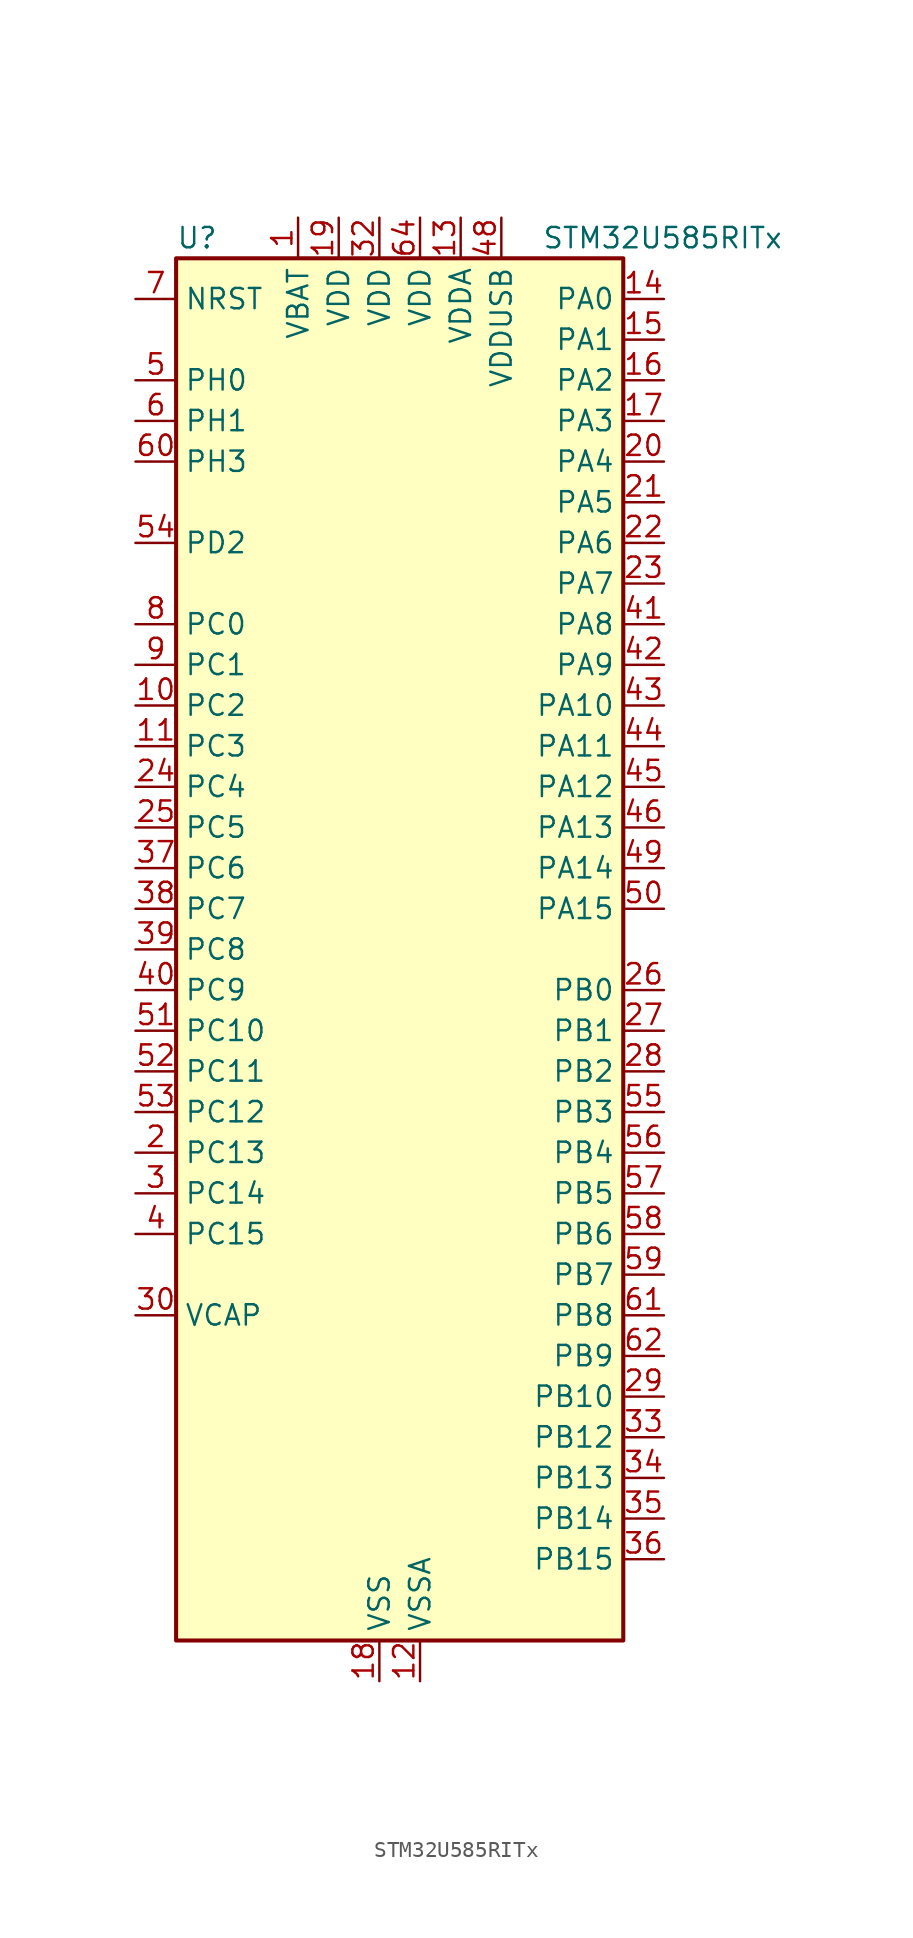
<source format=kicad_sym>
(kicad_symbol_lib
  (version 20220914)
  (generator kicad_symbol_editor)
  (symbol "STM32U585RITx"
    (property "Reference" "U"
      (at -12.7 44.45 0)
      (effects (font (size 1.27 1.27)) (justify left)))
    (property "Value" "STM32U585RITx"
      (at 10.16 44.45 0)
      (effects (font (size 1.27 1.27)) (justify left)))
    (property "ki_locked" ""
      (at 0 0 0)
      (effects (font (size 1.27 1.27))))
    (symbol "STM32U585RITx_0_1"
      (rectangle (start -12.7 -43.18) (end 15.24 43.18) (stroke (width 0.254) (type default)) (fill (type background))))
    (symbol "STM32U585RITx_1_1"
      (pin power_in line (at -5.08 45.72 270) (length 2.54) (name "VBAT" (effects (font (size 1.27 1.27)))) (number "1" (effects (font (size 1.27 1.27)))))
      (pin bidirectional line (at -15.24 15.24 0) (length 2.54) (name "PC2" (effects (font (size 1.27 1.27)))) (number "10" (effects (font (size 1.27 1.27)))) (alternate "ADC1_IN3" bidirectional line) (alternate "ADC4_IN3" bidirectional line) (alternate "LPTIM1_IN2" bidirectional line) (alternate "MDF1_CCK1" bidirectional line) (alternate "OCTOSPIM_P1_IO5" bidirectional line) (alternate "SPI2_MISO" bidirectional line))
      (pin bidirectional line (at -15.24 12.7 0) (length 2.54) (name "PC3" (effects (font (size 1.27 1.27)))) (number "11" (effects (font (size 1.27 1.27)))) (alternate "ADC1_IN4" bidirectional line) (alternate "ADC4_IN4" bidirectional line) (alternate "LPTIM1_ETR" bidirectional line) (alternate "LPTIM2_ETR" bidirectional line) (alternate "LPTIM3_CH1" bidirectional line) (alternate "OCTOSPIM_P1_IO6" bidirectional line) (alternate "SAI1_D1" bidirectional line) (alternate "SAI1_SD_A" bidirectional line) (alternate "SPI2_MOSI" bidirectional line))
      (pin power_in line (at 2.54 -45.72 90) (length 2.54) (name "VSSA" (effects (font (size 1.27 1.27)))) (number "12" (effects (font (size 1.27 1.27)))))
      (pin power_in line (at 5.08 45.72 270) (length 2.54) (name "VDDA" (effects (font (size 1.27 1.27)))) (number "13" (effects (font (size 1.27 1.27)))))
      (pin bidirectional line (at 17.78 40.64 180) (length 2.54) (name "PA0" (effects (font (size 1.27 1.27)))) (number "14" (effects (font (size 1.27 1.27)))) (alternate "ADC1_IN5" bidirectional line) (alternate "AUDIOCLK" bidirectional line) (alternate "OCTOSPIM_P2_NCS" bidirectional line) (alternate "OPAMP1_VINP" bidirectional line) (alternate "PWR_WKUP1" bidirectional line) (alternate "SDMMC2_CMD" bidirectional line) (alternate "SPI3_RDY" bidirectional line) (alternate "TAMP_IN2" bidirectional line) (alternate "TAMP_OUT1" bidirectional line) (alternate "TIM2_CH1" bidirectional line) (alternate "TIM2_ETR" bidirectional line) (alternate "TIM5_CH1" bidirectional line) (alternate "TIM8_ETR" bidirectional line) (alternate "UART4_TX" bidirectional line) (alternate "USART2_CTS" bidirectional line))
      (pin bidirectional line (at 17.78 38.1 180) (length 2.54) (name "PA1" (effects (font (size 1.27 1.27)))) (number "15" (effects (font (size 1.27 1.27)))) (alternate "ADC1_IN6" bidirectional line) (alternate "I2C1_SMBA" bidirectional line) (alternate "LPTIM1_CH2" bidirectional line) (alternate "OCTOSPIM_P1_DQS" bidirectional line) (alternate "OPAMP1_VINM" bidirectional line) (alternate "PWR_WKUP3" bidirectional line) (alternate "SPI1_SCK" bidirectional line) (alternate "TAMP_IN5" bidirectional line) (alternate "TAMP_OUT4" bidirectional line) (alternate "TIM15_CH1N" bidirectional line) (alternate "TIM2_CH2" bidirectional line) (alternate "TIM5_CH2" bidirectional line) (alternate "UART4_RX" bidirectional line) (alternate "USART2_DE" bidirectional line) (alternate "USART2_RTS" bidirectional line))
      (pin bidirectional line (at 17.78 35.56 180) (length 2.54) (name "PA2" (effects (font (size 1.27 1.27)))) (number "16" (effects (font (size 1.27 1.27)))) (alternate "ADC1_IN7" bidirectional line) (alternate "COMP1_INP" bidirectional line) (alternate "LPUART1_TX" bidirectional line) (alternate "OCTOSPIM_P1_NCS" bidirectional line) (alternate "PWR_WKUP4" bidirectional line) (alternate "RCC_LSCO" bidirectional line) (alternate "SPI1_RDY" bidirectional line) (alternate "TIM15_CH1" bidirectional line) (alternate "TIM2_CH3" bidirectional line) (alternate "TIM5_CH3" bidirectional line) (alternate "UCPD1_FRSTX1" bidirectional line) (alternate "USART2_TX" bidirectional line))
      (pin bidirectional line (at 17.78 33.02 180) (length 2.54) (name "PA3" (effects (font (size 1.27 1.27)))) (number "17" (effects (font (size 1.27 1.27)))) (alternate "ADC1_IN8" bidirectional line) (alternate "LPUART1_RX" bidirectional line) (alternate "OCTOSPIM_P1_CLK" bidirectional line) (alternate "OPAMP1_VOUT" bidirectional line) (alternate "PWR_WKUP5" bidirectional line) (alternate "SAI1_CK1" bidirectional line) (alternate "SAI1_MCLK_A" bidirectional line) (alternate "TIM15_CH2" bidirectional line) (alternate "TIM2_CH4" bidirectional line) (alternate "TIM5_CH4" bidirectional line) (alternate "USART2_RX" bidirectional line))
      (pin power_in line (at 0 -45.72 90) (length 2.54) (name "VSS" (effects (font (size 1.27 1.27)))) (number "18" (effects (font (size 1.27 1.27)))))
      (pin power_in line (at -2.54 45.72 270) (length 2.54) (name "VDD" (effects (font (size 1.27 1.27)))) (number "19" (effects (font (size 1.27 1.27)))))
      (pin bidirectional line (at -15.24 -12.7 0) (length 2.54) (name "PC13" (effects (font (size 1.27 1.27)))) (number "2" (effects (font (size 1.27 1.27)))) (alternate "PWR_WKUP2" bidirectional line) (alternate "RTC_OUT1" bidirectional line) (alternate "RTC_TS" bidirectional line) (alternate "TAMP_IN1" bidirectional line) (alternate "TAMP_OUT2" bidirectional line))
      (pin bidirectional line (at 17.78 30.48 180) (length 2.54) (name "PA4" (effects (font (size 1.27 1.27)))) (number "20" (effects (font (size 1.27 1.27)))) (alternate "ADC1_IN9" bidirectional line) (alternate "ADC4_IN9" bidirectional line) (alternate "DAC1_OUT1" bidirectional line) (alternate "DCMI_HSYNC" bidirectional line) (alternate "LPTIM2_CH1" bidirectional line) (alternate "OCTOSPIM_P1_NCS" bidirectional line) (alternate "PSSI_DE" bidirectional line) (alternate "PWR_WKUP2" bidirectional line) (alternate "SAI1_FS_B" bidirectional line) (alternate "SPI1_NSS" bidirectional line) (alternate "SPI3_NSS" bidirectional line) (alternate "USART2_CK" bidirectional line))
      (pin bidirectional line (at 17.78 27.94 180) (length 2.54) (name "PA5" (effects (font (size 1.27 1.27)))) (number "21" (effects (font (size 1.27 1.27)))) (alternate "ADC1_IN10" bidirectional line) (alternate "ADC4_IN10" bidirectional line) (alternate "DAC1_OUT2" bidirectional line) (alternate "LPTIM2_ETR" bidirectional line) (alternate "PSSI_D14" bidirectional line) (alternate "PWR_CSLEEP" bidirectional line) (alternate "PWR_WKUP6" bidirectional line) (alternate "SPI1_SCK" bidirectional line) (alternate "TIM2_CH1" bidirectional line) (alternate "TIM2_ETR" bidirectional line) (alternate "TIM8_CH1N" bidirectional line) (alternate "USART3_RX" bidirectional line))
      (pin bidirectional line (at 17.78 25.4 180) (length 2.54) (name "PA6" (effects (font (size 1.27 1.27)))) (number "22" (effects (font (size 1.27 1.27)))) (alternate "ADC1_IN11" bidirectional line) (alternate "ADC4_IN11" bidirectional line) (alternate "DCMI_PIXCLK" bidirectional line) (alternate "LPUART1_CTS" bidirectional line) (alternate "OCTOSPIM_P1_IO3" bidirectional line) (alternate "OPAMP2_VINP" bidirectional line) (alternate "PSSI_PDCK" bidirectional line) (alternate "PWR_CDSTOP" bidirectional line) (alternate "PWR_WKUP7" bidirectional line) (alternate "SPI1_MISO" bidirectional line) (alternate "TIM16_CH1" bidirectional line) (alternate "TIM1_BKIN" bidirectional line) (alternate "TIM3_CH1" bidirectional line) (alternate "TIM8_BKIN" bidirectional line) (alternate "USART3_CTS" bidirectional line))
      (pin bidirectional line (at 17.78 22.86 180) (length 2.54) (name "PA7" (effects (font (size 1.27 1.27)))) (number "23" (effects (font (size 1.27 1.27)))) (alternate "ADC1_IN12" bidirectional line) (alternate "ADC4_IN20" bidirectional line) (alternate "I2C3_SCL" bidirectional line) (alternate "LPTIM2_CH2" bidirectional line) (alternate "OCTOSPIM_P1_IO2" bidirectional line) (alternate "OPAMP2_VINM" bidirectional line) (alternate "PWR_SRDSTOP" bidirectional line) (alternate "PWR_WKUP8" bidirectional line) (alternate "SPI1_MOSI" bidirectional line) (alternate "TIM17_CH1" bidirectional line) (alternate "TIM1_CH1N" bidirectional line) (alternate "TIM3_CH2" bidirectional line) (alternate "TIM8_CH1N" bidirectional line) (alternate "USART3_TX" bidirectional line))
      (pin bidirectional line (at -15.24 10.16 0) (length 2.54) (name "PC4" (effects (font (size 1.27 1.27)))) (number "24" (effects (font (size 1.27 1.27)))) (alternate "ADC1_IN13" bidirectional line) (alternate "ADC4_IN22" bidirectional line) (alternate "COMP1_INM" bidirectional line) (alternate "OCTOSPIM_P1_IO7" bidirectional line) (alternate "USART3_TX" bidirectional line))
      (pin bidirectional line (at -15.24 7.62 0) (length 2.54) (name "PC5" (effects (font (size 1.27 1.27)))) (number "25" (effects (font (size 1.27 1.27)))) (alternate "ADC1_IN14" bidirectional line) (alternate "ADC4_IN23" bidirectional line) (alternate "COMP1_INP" bidirectional line) (alternate "PSSI_D15" bidirectional line) (alternate "PWR_WKUP5" bidirectional line) (alternate "SAI1_D3" bidirectional line) (alternate "TAMP_IN4" bidirectional line) (alternate "TAMP_OUT5" bidirectional line) (alternate "TIM1_CH4N" bidirectional line) (alternate "USART3_RX" bidirectional line))
      (pin bidirectional line (at 17.78 -2.54 180) (length 2.54) (name "PB0" (effects (font (size 1.27 1.27)))) (number "26" (effects (font (size 1.27 1.27)))) (alternate "ADC1_IN15" bidirectional line) (alternate "ADC4_IN18" bidirectional line) (alternate "AUDIOCLK" bidirectional line) (alternate "COMP1_OUT" bidirectional line) (alternate "LPTIM3_CH1" bidirectional line) (alternate "OCTOSPIM_P1_IO1" bidirectional line) (alternate "OPAMP2_VOUT" bidirectional line) (alternate "SPI1_NSS" bidirectional line) (alternate "TIM1_CH2N" bidirectional line) (alternate "TIM3_CH3" bidirectional line) (alternate "TIM8_CH2N" bidirectional line) (alternate "USART3_CK" bidirectional line))
      (pin bidirectional line (at 17.78 -5.08 180) (length 2.54) (name "PB1" (effects (font (size 1.27 1.27)))) (number "27" (effects (font (size 1.27 1.27)))) (alternate "ADC1_IN16" bidirectional line) (alternate "ADC4_IN19" bidirectional line) (alternate "COMP1_INM" bidirectional line) (alternate "LPTIM2_IN1" bidirectional line) (alternate "LPTIM3_CH2" bidirectional line) (alternate "LPUART1_DE" bidirectional line) (alternate "LPUART1_RTS" bidirectional line) (alternate "MDF1_SDI0" bidirectional line) (alternate "OCTOSPIM_P1_IO0" bidirectional line) (alternate "PWR_WKUP4" bidirectional line) (alternate "TIM1_CH3N" bidirectional line) (alternate "TIM3_CH4" bidirectional line) (alternate "TIM8_CH3N" bidirectional line) (alternate "USART3_DE" bidirectional line) (alternate "USART3_RTS" bidirectional line))
      (pin bidirectional line (at 17.78 -7.62 180) (length 2.54) (name "PB2" (effects (font (size 1.27 1.27)))) (number "28" (effects (font (size 1.27 1.27)))) (alternate "ADC1_IN17" bidirectional line) (alternate "COMP1_INP" bidirectional line) (alternate "I2C3_SMBA" bidirectional line) (alternate "LPTIM1_CH1" bidirectional line) (alternate "MDF1_CKI0" bidirectional line) (alternate "OCTOSPIM_P1_DQS" bidirectional line) (alternate "PWR_WKUP1" bidirectional line) (alternate "RTC_OUT2" bidirectional line) (alternate "SPI1_RDY" bidirectional line) (alternate "TIM8_CH4N" bidirectional line) (alternate "UCPD1_FRSTX1" bidirectional line))
      (pin bidirectional line (at 17.78 -27.94 180) (length 2.54) (name "PB10" (effects (font (size 1.27 1.27)))) (number "29" (effects (font (size 1.27 1.27)))) (alternate "COMP1_OUT" bidirectional line) (alternate "I2C2_SCL" bidirectional line) (alternate "I2C4_SCL" bidirectional line) (alternate "LPTIM3_CH1" bidirectional line) (alternate "LPUART1_RX" bidirectional line) (alternate "OCTOSPIM_P1_CLK" bidirectional line) (alternate "PWR_WKUP8" bidirectional line) (alternate "SAI1_SCK_A" bidirectional line) (alternate "SPI2_SCK" bidirectional line) (alternate "TIM2_CH3" bidirectional line) (alternate "TSC_SYNC" bidirectional line) (alternate "USART3_TX" bidirectional line))
      (pin bidirectional line (at -15.24 -15.24 0) (length 2.54) (name "PC14" (effects (font (size 1.27 1.27)))) (number "3" (effects (font (size 1.27 1.27)))) (alternate "RCC_OSC32_IN" bidirectional line))
      (pin power_out line (at -15.24 -22.86 0) (length 2.54) (name "VCAP" (effects (font (size 1.27 1.27)))) (number "30" (effects (font (size 1.27 1.27)))))
      (pin passive line (at 0 -45.72 90) (length 2.54) hide (name "VSS" (effects (font (size 1.27 1.27)))) (number "31" (effects (font (size 1.27 1.27)))))
      (pin power_in line (at 0 45.72 270) (length 2.54) (name "VDD" (effects (font (size 1.27 1.27)))) (number "32" (effects (font (size 1.27 1.27)))))
      (pin bidirectional line (at 17.78 -30.48 180) (length 2.54) (name "PB12" (effects (font (size 1.27 1.27)))) (number "33" (effects (font (size 1.27 1.27)))) (alternate "I2C2_SMBA" bidirectional line) (alternate "LPUART1_DE" bidirectional line) (alternate "LPUART1_RTS" bidirectional line) (alternate "MDF1_SDI1" bidirectional line) (alternate "OCTOSPIM_P1_NCLK" bidirectional line) (alternate "SPI2_NSS" bidirectional line) (alternate "TIM15_BKIN" bidirectional line) (alternate "TIM1_BKIN" bidirectional line) (alternate "TSC_G1_IO1" bidirectional line) (alternate "USART3_CK" bidirectional line))
      (pin bidirectional line (at 17.78 -33.02 180) (length 2.54) (name "PB13" (effects (font (size 1.27 1.27)))) (number "34" (effects (font (size 1.27 1.27)))) (alternate "I2C2_SCL" bidirectional line) (alternate "LPTIM3_IN1" bidirectional line) (alternate "LPUART1_CTS" bidirectional line) (alternate "MDF1_CKI1" bidirectional line) (alternate "SPI2_SCK" bidirectional line) (alternate "TIM15_CH1N" bidirectional line) (alternate "TIM1_CH1N" bidirectional line) (alternate "TSC_G1_IO2" bidirectional line) (alternate "USART3_CTS" bidirectional line))
      (pin bidirectional line (at 17.78 -35.56 180) (length 2.54) (name "PB14" (effects (font (size 1.27 1.27)))) (number "35" (effects (font (size 1.27 1.27)))) (alternate "I2C2_SDA" bidirectional line) (alternate "LPTIM3_ETR" bidirectional line) (alternate "MDF1_SDI2" bidirectional line) (alternate "SDMMC2_D0" bidirectional line) (alternate "SPI2_MISO" bidirectional line) (alternate "TIM15_CH1" bidirectional line) (alternate "TIM1_CH2N" bidirectional line) (alternate "TIM8_CH2N" bidirectional line) (alternate "TSC_G1_IO3" bidirectional line) (alternate "UCPD1_DBCC2" bidirectional line) (alternate "USART3_DE" bidirectional line) (alternate "USART3_RTS" bidirectional line))
      (pin bidirectional line (at 17.78 -38.1 180) (length 2.54) (name "PB15" (effects (font (size 1.27 1.27)))) (number "36" (effects (font (size 1.27 1.27)))) (alternate "ADC1_EXTI15" bidirectional line) (alternate "ADC4_EXTI15" bidirectional line) (alternate "LPTIM2_IN2" bidirectional line) (alternate "MDF1_CKI2" bidirectional line) (alternate "PWR_WKUP7" bidirectional line) (alternate "RTC_REFIN" bidirectional line) (alternate "SDMMC2_D1" bidirectional line) (alternate "SPI2_MOSI" bidirectional line) (alternate "TIM15_CH2" bidirectional line) (alternate "TIM1_CH3N" bidirectional line) (alternate "TIM8_CH3N" bidirectional line) (alternate "UCPD1_CC2" bidirectional line))
      (pin bidirectional line (at -15.24 5.08 0) (length 2.54) (name "PC6" (effects (font (size 1.27 1.27)))) (number "37" (effects (font (size 1.27 1.27)))) (alternate "DCMI_D0" bidirectional line) (alternate "MDF1_CKI3" bidirectional line) (alternate "PSSI_D0" bidirectional line) (alternate "PWR_CSLEEP" bidirectional line) (alternate "SDMMC1_D0DIR" bidirectional line) (alternate "SDMMC1_D6" bidirectional line) (alternate "SDMMC2_D6" bidirectional line) (alternate "TIM3_CH1" bidirectional line) (alternate "TIM8_CH1" bidirectional line) (alternate "TSC_G4_IO1" bidirectional line))
      (pin bidirectional line (at -15.24 2.54 0) (length 2.54) (name "PC7" (effects (font (size 1.27 1.27)))) (number "38" (effects (font (size 1.27 1.27)))) (alternate "DCMI_D1" bidirectional line) (alternate "LPTIM2_CH2" bidirectional line) (alternate "MDF1_SDI3" bidirectional line) (alternate "PSSI_D1" bidirectional line) (alternate "PWR_CDSTOP" bidirectional line) (alternate "SDMMC1_D123DIR" bidirectional line) (alternate "SDMMC1_D7" bidirectional line) (alternate "SDMMC2_D7" bidirectional line) (alternate "TIM3_CH2" bidirectional line) (alternate "TIM8_CH2" bidirectional line) (alternate "TSC_G4_IO2" bidirectional line))
      (pin bidirectional line (at -15.24 0 0) (length 2.54) (name "PC8" (effects (font (size 1.27 1.27)))) (number "39" (effects (font (size 1.27 1.27)))) (alternate "DCMI_D2" bidirectional line) (alternate "LPTIM3_CH1" bidirectional line) (alternate "PSSI_D2" bidirectional line) (alternate "PWR_SRDSTOP" bidirectional line) (alternate "SDMMC1_D0" bidirectional line) (alternate "TIM3_CH3" bidirectional line) (alternate "TIM8_CH3" bidirectional line) (alternate "TSC_G4_IO3" bidirectional line))
      (pin bidirectional line (at -15.24 -17.78 0) (length 2.54) (name "PC15" (effects (font (size 1.27 1.27)))) (number "4" (effects (font (size 1.27 1.27)))) (alternate "ADC1_EXTI15" bidirectional line) (alternate "ADC4_EXTI15" bidirectional line) (alternate "RCC_OSC32_OUT" bidirectional line))
      (pin bidirectional line (at -15.24 -2.54 0) (length 2.54) (name "PC9" (effects (font (size 1.27 1.27)))) (number "40" (effects (font (size 1.27 1.27)))) (alternate "DAC1_EXTI9" bidirectional line) (alternate "DCMI_D3" bidirectional line) (alternate "DEBUG_TRACED0" bidirectional line) (alternate "LPTIM3_CH2" bidirectional line) (alternate "PSSI_D3" bidirectional line) (alternate "SDMMC1_D1" bidirectional line) (alternate "TIM3_CH4" bidirectional line) (alternate "TIM8_BKIN2" bidirectional line) (alternate "TIM8_CH4" bidirectional line) (alternate "TSC_G4_IO4" bidirectional line) (alternate "USB_OTG_FS_NOE" bidirectional line))
      (pin bidirectional line (at 17.78 20.32 180) (length 2.54) (name "PA8" (effects (font (size 1.27 1.27)))) (number "41" (effects (font (size 1.27 1.27)))) (alternate "DEBUG_TRACECLK" bidirectional line) (alternate "LPTIM2_CH1" bidirectional line) (alternate "RCC_MCO" bidirectional line) (alternate "SAI1_CK2" bidirectional line) (alternate "SAI1_SCK_A" bidirectional line) (alternate "SPI1_RDY" bidirectional line) (alternate "TIM1_CH1" bidirectional line) (alternate "USART1_CK" bidirectional line) (alternate "USB_OTG_FS_SOF" bidirectional line))
      (pin bidirectional line (at 17.78 17.78 180) (length 2.54) (name "PA9" (effects (font (size 1.27 1.27)))) (number "42" (effects (font (size 1.27 1.27)))) (alternate "DAC1_EXTI9" bidirectional line) (alternate "DCMI_D0" bidirectional line) (alternate "PSSI_D0" bidirectional line) (alternate "SAI1_FS_A" bidirectional line) (alternate "SPI2_SCK" bidirectional line) (alternate "TIM15_BKIN" bidirectional line) (alternate "TIM1_CH2" bidirectional line) (alternate "USART1_TX" bidirectional line) (alternate "USB_OTG_FS_VBUS" bidirectional line))
      (pin bidirectional line (at 17.78 15.24 180) (length 2.54) (name "PA10" (effects (font (size 1.27 1.27)))) (number "43" (effects (font (size 1.27 1.27)))) (alternate "CRS_SYNC" bidirectional line) (alternate "DCMI_D1" bidirectional line) (alternate "LPTIM2_IN2" bidirectional line) (alternate "PSSI_D1" bidirectional line) (alternate "SAI1_D1" bidirectional line) (alternate "SAI1_SD_A" bidirectional line) (alternate "TIM17_BKIN" bidirectional line) (alternate "TIM1_CH3" bidirectional line) (alternate "USART1_RX" bidirectional line) (alternate "USB_OTG_FS_ID" bidirectional line))
      (pin bidirectional line (at 17.78 12.7 180) (length 2.54) (name "PA11" (effects (font (size 1.27 1.27)))) (number "44" (effects (font (size 1.27 1.27)))) (alternate "ADC1_EXTI11" bidirectional line) (alternate "FDCAN1_RX" bidirectional line) (alternate "SPI1_MISO" bidirectional line) (alternate "TIM1_BKIN2" bidirectional line) (alternate "TIM1_CH4" bidirectional line) (alternate "USART1_CTS" bidirectional line) (alternate "USB_OTG_FS_DM" bidirectional line))
      (pin bidirectional line (at 17.78 10.16 180) (length 2.54) (name "PA12" (effects (font (size 1.27 1.27)))) (number "45" (effects (font (size 1.27 1.27)))) (alternate "FDCAN1_TX" bidirectional line) (alternate "OCTOSPIM_P2_NCS" bidirectional line) (alternate "SPI1_MOSI" bidirectional line) (alternate "TIM1_ETR" bidirectional line) (alternate "USART1_DE" bidirectional line) (alternate "USART1_RTS" bidirectional line) (alternate "USB_OTG_FS_DP" bidirectional line))
      (pin bidirectional line (at 17.78 7.62 180) (length 2.54) (name "PA13" (effects (font (size 1.27 1.27)))) (number "46" (effects (font (size 1.27 1.27)))) (alternate "DEBUG_JTMS-SWDIO" bidirectional line) (alternate "IR_OUT" bidirectional line) (alternate "SAI1_SD_B" bidirectional line) (alternate "USB_OTG_FS_NOE" bidirectional line))
      (pin passive line (at 0 -45.72 90) (length 2.54) hide (name "VSS" (effects (font (size 1.27 1.27)))) (number "47" (effects (font (size 1.27 1.27)))))
      (pin power_in line (at 7.62 45.72 270) (length 2.54) (name "VDDUSB" (effects (font (size 1.27 1.27)))) (number "48" (effects (font (size 1.27 1.27)))))
      (pin bidirectional line (at 17.78 5.08 180) (length 2.54) (name "PA14" (effects (font (size 1.27 1.27)))) (number "49" (effects (font (size 1.27 1.27)))) (alternate "DEBUG_JTCK-SWCLK" bidirectional line) (alternate "I2C1_SMBA" bidirectional line) (alternate "I2C4_SMBA" bidirectional line) (alternate "LPTIM1_CH1" bidirectional line) (alternate "SAI1_FS_B" bidirectional line) (alternate "USB_OTG_FS_SOF" bidirectional line))
      (pin bidirectional line (at -15.24 35.56 0) (length 2.54) (name "PH0" (effects (font (size 1.27 1.27)))) (number "5" (effects (font (size 1.27 1.27)))) (alternate "RCC_OSC_IN" bidirectional line))
      (pin bidirectional line (at 17.78 2.54 180) (length 2.54) (name "PA15" (effects (font (size 1.27 1.27)))) (number "50" (effects (font (size 1.27 1.27)))) (alternate "ADC1_EXTI15" bidirectional line) (alternate "ADC4_EXTI15" bidirectional line) (alternate "DEBUG_JTDI" bidirectional line) (alternate "SPI1_NSS" bidirectional line) (alternate "SPI3_NSS" bidirectional line) (alternate "TIM2_CH1" bidirectional line) (alternate "TIM2_ETR" bidirectional line) (alternate "UART4_DE" bidirectional line) (alternate "UART4_RTS" bidirectional line) (alternate "UCPD1_CC1" bidirectional line) (alternate "USART2_RX" bidirectional line) (alternate "USART3_DE" bidirectional line) (alternate "USART3_RTS" bidirectional line))
      (pin bidirectional line (at -15.24 -5.08 0) (length 2.54) (name "PC10" (effects (font (size 1.27 1.27)))) (number "51" (effects (font (size 1.27 1.27)))) (alternate "ADF1_CCK1" bidirectional line) (alternate "DCMI_D8" bidirectional line) (alternate "DEBUG_TRACED1" bidirectional line) (alternate "LPTIM3_ETR" bidirectional line) (alternate "PSSI_D8" bidirectional line) (alternate "SDMMC1_D2" bidirectional line) (alternate "SPI3_SCK" bidirectional line) (alternate "TSC_G3_IO2" bidirectional line) (alternate "UART4_TX" bidirectional line) (alternate "USART3_TX" bidirectional line))
      (pin bidirectional line (at -15.24 -7.62 0) (length 2.54) (name "PC11" (effects (font (size 1.27 1.27)))) (number "52" (effects (font (size 1.27 1.27)))) (alternate "ADC1_EXTI11" bidirectional line) (alternate "ADF1_SDI0" bidirectional line) (alternate "DCMI_D2" bidirectional line) (alternate "DCMI_D4" bidirectional line) (alternate "LPTIM3_IN1" bidirectional line) (alternate "OCTOSPIM_P1_NCS" bidirectional line) (alternate "PSSI_D2" bidirectional line) (alternate "PSSI_D4" bidirectional line) (alternate "SDMMC1_D3" bidirectional line) (alternate "SPI3_MISO" bidirectional line) (alternate "TSC_G3_IO3" bidirectional line) (alternate "UART4_RX" bidirectional line) (alternate "UCPD1_FRSTX2" bidirectional line) (alternate "USART3_RX" bidirectional line))
      (pin bidirectional line (at -15.24 -10.16 0) (length 2.54) (name "PC12" (effects (font (size 1.27 1.27)))) (number "53" (effects (font (size 1.27 1.27)))) (alternate "DCMI_D9" bidirectional line) (alternate "DEBUG_TRACED3" bidirectional line) (alternate "PSSI_D9" bidirectional line) (alternate "SDMMC1_CK" bidirectional line) (alternate "SPI3_MOSI" bidirectional line) (alternate "TSC_G3_IO4" bidirectional line) (alternate "UART5_TX" bidirectional line) (alternate "USART3_CK" bidirectional line))
      (pin bidirectional line (at -15.24 25.4 0) (length 2.54) (name "PD2" (effects (font (size 1.27 1.27)))) (number "54" (effects (font (size 1.27 1.27)))) (alternate "DCMI_D11" bidirectional line) (alternate "DEBUG_TRACED2" bidirectional line) (alternate "LPTIM4_ETR" bidirectional line) (alternate "PSSI_D11" bidirectional line) (alternate "SDMMC1_CMD" bidirectional line) (alternate "TIM3_ETR" bidirectional line) (alternate "TSC_SYNC" bidirectional line) (alternate "UART5_RX" bidirectional line) (alternate "USART3_DE" bidirectional line) (alternate "USART3_RTS" bidirectional line))
      (pin bidirectional line (at 17.78 -10.16 180) (length 2.54) (name "PB3" (effects (font (size 1.27 1.27)))) (number "55" (effects (font (size 1.27 1.27)))) (alternate "ADF1_CCK0" bidirectional line) (alternate "COMP2_INM" bidirectional line) (alternate "CRS_SYNC" bidirectional line) (alternate "DEBUG_JTDO-SWO" bidirectional line) (alternate "I2C1_SDA" bidirectional line) (alternate "LPTIM1_CH1" bidirectional line) (alternate "SAI1_SCK_B" bidirectional line) (alternate "SDMMC2_D2" bidirectional line) (alternate "SPI1_SCK" bidirectional line) (alternate "SPI3_SCK" bidirectional line) (alternate "TIM2_CH2" bidirectional line) (alternate "USART1_DE" bidirectional line) (alternate "USART1_RTS" bidirectional line))
      (pin bidirectional line (at 17.78 -12.7 180) (length 2.54) (name "PB4" (effects (font (size 1.27 1.27)))) (number "56" (effects (font (size 1.27 1.27)))) (alternate "ADF1_SDI0" bidirectional line) (alternate "COMP2_INP" bidirectional line) (alternate "DCMI_D12" bidirectional line) (alternate "DEBUG_JTRST" bidirectional line) (alternate "I2C3_SDA" bidirectional line) (alternate "LPTIM1_CH2" bidirectional line) (alternate "PSSI_D12" bidirectional line) (alternate "SAI1_MCLK_B" bidirectional line) (alternate "SDMMC2_D3" bidirectional line) (alternate "SPI1_MISO" bidirectional line) (alternate "SPI3_MISO" bidirectional line) (alternate "TIM17_BKIN" bidirectional line) (alternate "TIM3_CH1" bidirectional line) (alternate "TSC_G2_IO1" bidirectional line) (alternate "UART5_DE" bidirectional line) (alternate "UART5_RTS" bidirectional line) (alternate "USART1_CTS" bidirectional line))
      (pin bidirectional line (at 17.78 -15.24 180) (length 2.54) (name "PB5" (effects (font (size 1.27 1.27)))) (number "57" (effects (font (size 1.27 1.27)))) (alternate "COMP2_OUT" bidirectional line) (alternate "DCMI_D10" bidirectional line) (alternate "I2C1_SMBA" bidirectional line) (alternate "LPTIM1_IN1" bidirectional line) (alternate "OCTOSPIM_P1_NCLK" bidirectional line) (alternate "PSSI_D10" bidirectional line) (alternate "PWR_WKUP6" bidirectional line) (alternate "SAI1_SD_B" bidirectional line) (alternate "SPI1_MOSI" bidirectional line) (alternate "SPI3_MOSI" bidirectional line) (alternate "TIM16_BKIN" bidirectional line) (alternate "TIM3_CH2" bidirectional line) (alternate "TSC_G2_IO2" bidirectional line) (alternate "UART5_CTS" bidirectional line) (alternate "UCPD1_DBCC1" bidirectional line) (alternate "USART1_CK" bidirectional line))
      (pin bidirectional line (at 17.78 -17.78 180) (length 2.54) (name "PB6" (effects (font (size 1.27 1.27)))) (number "58" (effects (font (size 1.27 1.27)))) (alternate "COMP2_INP" bidirectional line) (alternate "DCMI_D5" bidirectional line) (alternate "I2C1_SCL" bidirectional line) (alternate "I2C4_SCL" bidirectional line) (alternate "LPTIM1_ETR" bidirectional line) (alternate "MDF1_SDI5" bidirectional line) (alternate "PSSI_D5" bidirectional line) (alternate "PWR_WKUP3" bidirectional line) (alternate "SAI1_FS_B" bidirectional line) (alternate "TIM16_CH1N" bidirectional line) (alternate "TIM4_CH1" bidirectional line) (alternate "TIM8_BKIN2" bidirectional line) (alternate "TSC_G2_IO3" bidirectional line) (alternate "USART1_TX" bidirectional line))
      (pin bidirectional line (at 17.78 -20.32 180) (length 2.54) (name "PB7" (effects (font (size 1.27 1.27)))) (number "59" (effects (font (size 1.27 1.27)))) (alternate "COMP2_INM" bidirectional line) (alternate "DCMI_VSYNC" bidirectional line) (alternate "I2C1_SDA" bidirectional line) (alternate "I2C4_SDA" bidirectional line) (alternate "LPTIM1_IN2" bidirectional line) (alternate "MDF1_CKI5" bidirectional line) (alternate "PSSI_RDY" bidirectional line) (alternate "PWR_PVD_IN" bidirectional line) (alternate "PWR_WKUP4" bidirectional line) (alternate "TIM17_CH1N" bidirectional line) (alternate "TIM4_CH2" bidirectional line) (alternate "TIM8_BKIN" bidirectional line) (alternate "TSC_G2_IO4" bidirectional line) (alternate "UART4_CTS" bidirectional line) (alternate "USART1_RX" bidirectional line))
      (pin bidirectional line (at -15.24 33.02 0) (length 2.54) (name "PH1" (effects (font (size 1.27 1.27)))) (number "6" (effects (font (size 1.27 1.27)))) (alternate "RCC_OSC_OUT" bidirectional line))
      (pin bidirectional line (at -15.24 30.48 0) (length 2.54) (name "PH3" (effects (font (size 1.27 1.27)))) (number "60" (effects (font (size 1.27 1.27)))))
      (pin bidirectional line (at 17.78 -22.86 180) (length 2.54) (name "PB8" (effects (font (size 1.27 1.27)))) (number "61" (effects (font (size 1.27 1.27)))) (alternate "DCMI_D6" bidirectional line) (alternate "FDCAN1_RX" bidirectional line) (alternate "I2C1_SCL" bidirectional line) (alternate "MDF1_CCK0" bidirectional line) (alternate "PSSI_D6" bidirectional line) (alternate "PWR_WKUP5" bidirectional line) (alternate "SAI1_CK1" bidirectional line) (alternate "SAI1_MCLK_A" bidirectional line) (alternate "SDMMC1_CKIN" bidirectional line) (alternate "SDMMC1_D4" bidirectional line) (alternate "SDMMC2_D4" bidirectional line) (alternate "SPI3_RDY" bidirectional line) (alternate "TIM16_CH1" bidirectional line) (alternate "TIM4_CH3" bidirectional line))
      (pin bidirectional line (at 17.78 -25.4 180) (length 2.54) (name "PB9" (effects (font (size 1.27 1.27)))) (number "62" (effects (font (size 1.27 1.27)))) (alternate "DAC1_EXTI9" bidirectional line) (alternate "DCMI_D7" bidirectional line) (alternate "FDCAN1_TX" bidirectional line) (alternate "I2C1_SDA" bidirectional line) (alternate "IR_OUT" bidirectional line) (alternate "PSSI_D7" bidirectional line) (alternate "SAI1_D2" bidirectional line) (alternate "SAI1_FS_A" bidirectional line) (alternate "SDMMC1_CDIR" bidirectional line) (alternate "SDMMC1_D5" bidirectional line) (alternate "SDMMC2_D5" bidirectional line) (alternate "SPI2_NSS" bidirectional line) (alternate "TIM17_CH1" bidirectional line) (alternate "TIM4_CH4" bidirectional line))
      (pin passive line (at 0 -45.72 90) (length 2.54) hide (name "VSS" (effects (font (size 1.27 1.27)))) (number "63" (effects (font (size 1.27 1.27)))))
      (pin power_in line (at 2.54 45.72 270) (length 2.54) (name "VDD" (effects (font (size 1.27 1.27)))) (number "64" (effects (font (size 1.27 1.27)))))
      (pin input line (at -15.24 40.64 0) (length 2.54) (name "NRST" (effects (font (size 1.27 1.27)))) (number "7" (effects (font (size 1.27 1.27)))))
      (pin bidirectional line (at -15.24 20.32 0) (length 2.54) (name "PC0" (effects (font (size 1.27 1.27)))) (number "8" (effects (font (size 1.27 1.27)))) (alternate "ADC1_IN1" bidirectional line) (alternate "ADC4_IN1" bidirectional line) (alternate "I2C3_SCL" bidirectional line) (alternate "LPTIM1_IN1" bidirectional line) (alternate "LPTIM2_IN1" bidirectional line) (alternate "LPUART1_RX" bidirectional line) (alternate "MDF1_SDI4" bidirectional line) (alternate "OCTOSPIM_P1_IO7" bidirectional line) (alternate "SDMMC1_D5" bidirectional line) (alternate "SPI2_RDY" bidirectional line))
      (pin bidirectional line (at -15.24 17.78 0) (length 2.54) (name "PC1" (effects (font (size 1.27 1.27)))) (number "9" (effects (font (size 1.27 1.27)))) (alternate "ADC1_IN2" bidirectional line) (alternate "ADC4_IN2" bidirectional line) (alternate "DEBUG_TRACED0" bidirectional line) (alternate "I2C3_SDA" bidirectional line) (alternate "LPTIM1_CH1" bidirectional line) (alternate "LPUART1_TX" bidirectional line) (alternate "MDF1_CKI4" bidirectional line) (alternate "OCTOSPIM_P1_IO4" bidirectional line) (alternate "SAI1_SD_A" bidirectional line) (alternate "SDMMC2_CK" bidirectional line) (alternate "SPI2_MOSI" bidirectional line)))))
</source>
